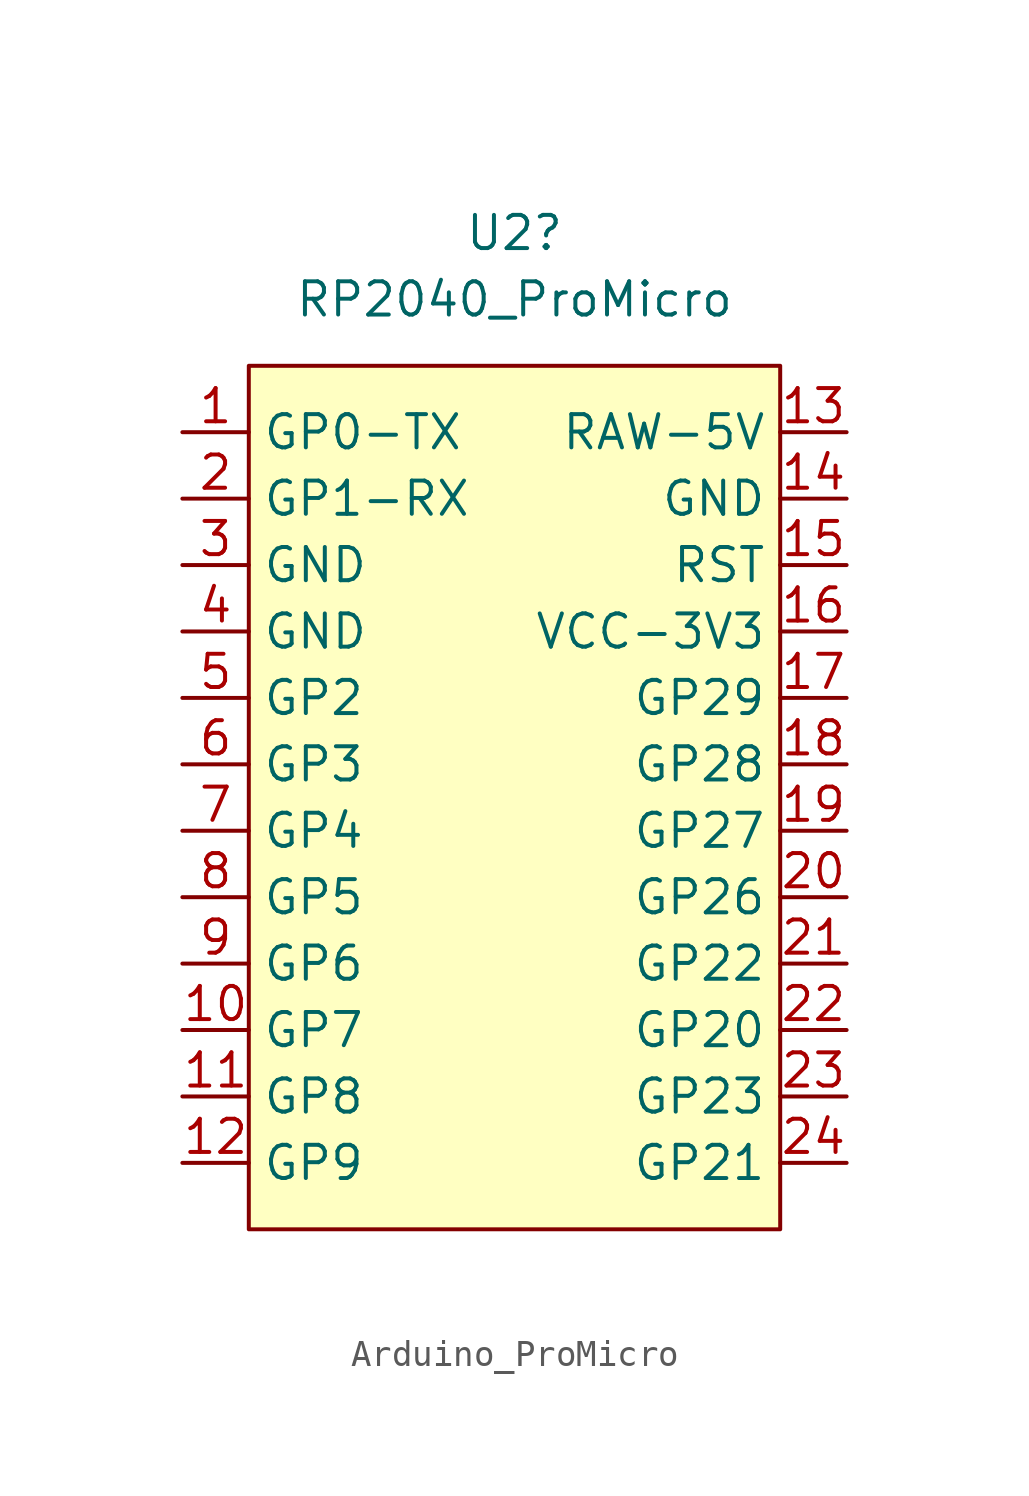
<source format=kicad_sym>
(kicad_symbol_lib
  (version 20220914)
  (generator kicad_symbol_editor)
  (symbol "Arduino_ProMicro"
    (property "Reference" "U2"
      (at 0 21.59 0)
      (effects (font (size 1.27 1.27))))
    (property "Value" "RP2040_ProMicro"
      (at 0 19.05 0)
      (effects (font (size 1.27 1.27))))
    (symbol "Arduino_ProMicro_0_0"
      (pin power_out line (at 12.7 11.43 180) (length 2.54) (name "GND" (effects (font (size 1.27 1.27)))) (number "14" (effects (font (size 1.27 1.27)))))
      (pin bidirectional line (at 12.7 8.89 180) (length 2.54) (name "RST" (effects (font (size 1.27 1.27)))) (number "15" (effects (font (size 1.27 1.27)))))
      (pin power_out line (at -12.7 8.89 0) (length 2.54) (name "GND" (effects (font (size 1.27 1.27)))) (number "3" (effects (font (size 1.27 1.27)))))
      (pin power_out line (at -12.7 6.35 0) (length 2.54) (name "GND" (effects (font (size 1.27 1.27)))) (number "4" (effects (font (size 1.27 1.27))))))
    (symbol "Arduino_ProMicro_1_0"
      (pin bidirectional line (at -12.7 13.97 0) (length 2.54) (name "GP0-TX" (effects (font (size 1.27 1.27)))) (number "1" (effects (font (size 1.27 1.27)))))
      (pin bidirectional line (at -12.7 -8.89 0) (length 2.54) (name "GP7" (effects (font (size 1.27 1.27)))) (number "10" (effects (font (size 1.27 1.27)))))
      (pin bidirectional line (at -12.7 -11.43 0) (length 2.54) (name "GP8" (effects (font (size 1.27 1.27)))) (number "11" (effects (font (size 1.27 1.27)))))
      (pin bidirectional line (at -12.7 -13.97 0) (length 2.54) (name "GP9" (effects (font (size 1.27 1.27)))) (number "12" (effects (font (size 1.27 1.27)))))
      (pin power_out line (at 12.7 13.97 180) (length 2.54) (name "RAW-5V" (effects (font (size 1.27 1.27)))) (number "13" (effects (font (size 1.27 1.27)))))
      (pin power_out line (at 12.7 6.35 180) (length 2.54) (name "VCC-3V3" (effects (font (size 1.27 1.27)))) (number "16" (effects (font (size 1.27 1.27)))))
      (pin bidirectional line (at 12.7 3.81 180) (length 2.54) (name "GP29" (effects (font (size 1.27 1.27)))) (number "17" (effects (font (size 1.27 1.27)))))
      (pin bidirectional line (at 12.7 1.27 180) (length 2.54) (name "GP28" (effects (font (size 1.27 1.27)))) (number "18" (effects (font (size 1.27 1.27)))))
      (pin bidirectional line (at 12.7 -1.27 180) (length 2.54) (name "GP27" (effects (font (size 1.27 1.27)))) (number "19" (effects (font (size 1.27 1.27)))))
      (pin bidirectional line (at -12.7 11.43 0) (length 2.54) (name "GP1-RX" (effects (font (size 1.27 1.27)))) (number "2" (effects (font (size 1.27 1.27)))))
      (pin bidirectional line (at 12.7 -3.81 180) (length 2.54) (name "GP26" (effects (font (size 1.27 1.27)))) (number "20" (effects (font (size 1.27 1.27)))))
      (pin bidirectional line (at 12.7 -6.35 180) (length 2.54) (name "GP22" (effects (font (size 1.27 1.27)))) (number "21" (effects (font (size 1.27 1.27)))))
      (pin bidirectional line (at 12.7 -8.89 180) (length 2.54) (name "GP20" (effects (font (size 1.27 1.27)))) (number "22" (effects (font (size 1.27 1.27)))))
      (pin bidirectional line (at 12.7 -11.43 180) (length 2.54) (name "GP23" (effects (font (size 1.27 1.27)))) (number "23" (effects (font (size 1.27 1.27)))))
      (pin bidirectional line (at 12.7 -13.97 180) (length 2.54) (name "GP21" (effects (font (size 1.27 1.27)))) (number "24" (effects (font (size 1.27 1.27)))))
      (pin bidirectional line (at -12.7 3.81 0) (length 2.54) (name "GP2" (effects (font (size 1.27 1.27)))) (number "5" (effects (font (size 1.27 1.27)))))
      (pin bidirectional line (at -12.7 1.27 0) (length 2.54) (name "GP3" (effects (font (size 1.27 1.27)))) (number "6" (effects (font (size 1.27 1.27)))))
      (pin bidirectional line (at -12.7 -1.27 0) (length 2.54) (name "GP4" (effects (font (size 1.27 1.27)))) (number "7" (effects (font (size 1.27 1.27)))))
      (pin bidirectional line (at -12.7 -3.81 0) (length 2.54) (name "GP5" (effects (font (size 1.27 1.27)))) (number "8" (effects (font (size 1.27 1.27)))))
      (pin bidirectional line (at -12.7 -6.35 0) (length 2.54) (name "GP6" (effects (font (size 1.27 1.27)))) (number "9" (effects (font (size 1.27 1.27))))))
    (symbol "Arduino_ProMicro_1_1"
      (rectangle (start -10.16 16.51) (end 10.16 -16.51) (stroke (width 0) (type default)) (fill (type background))))))
</source>
